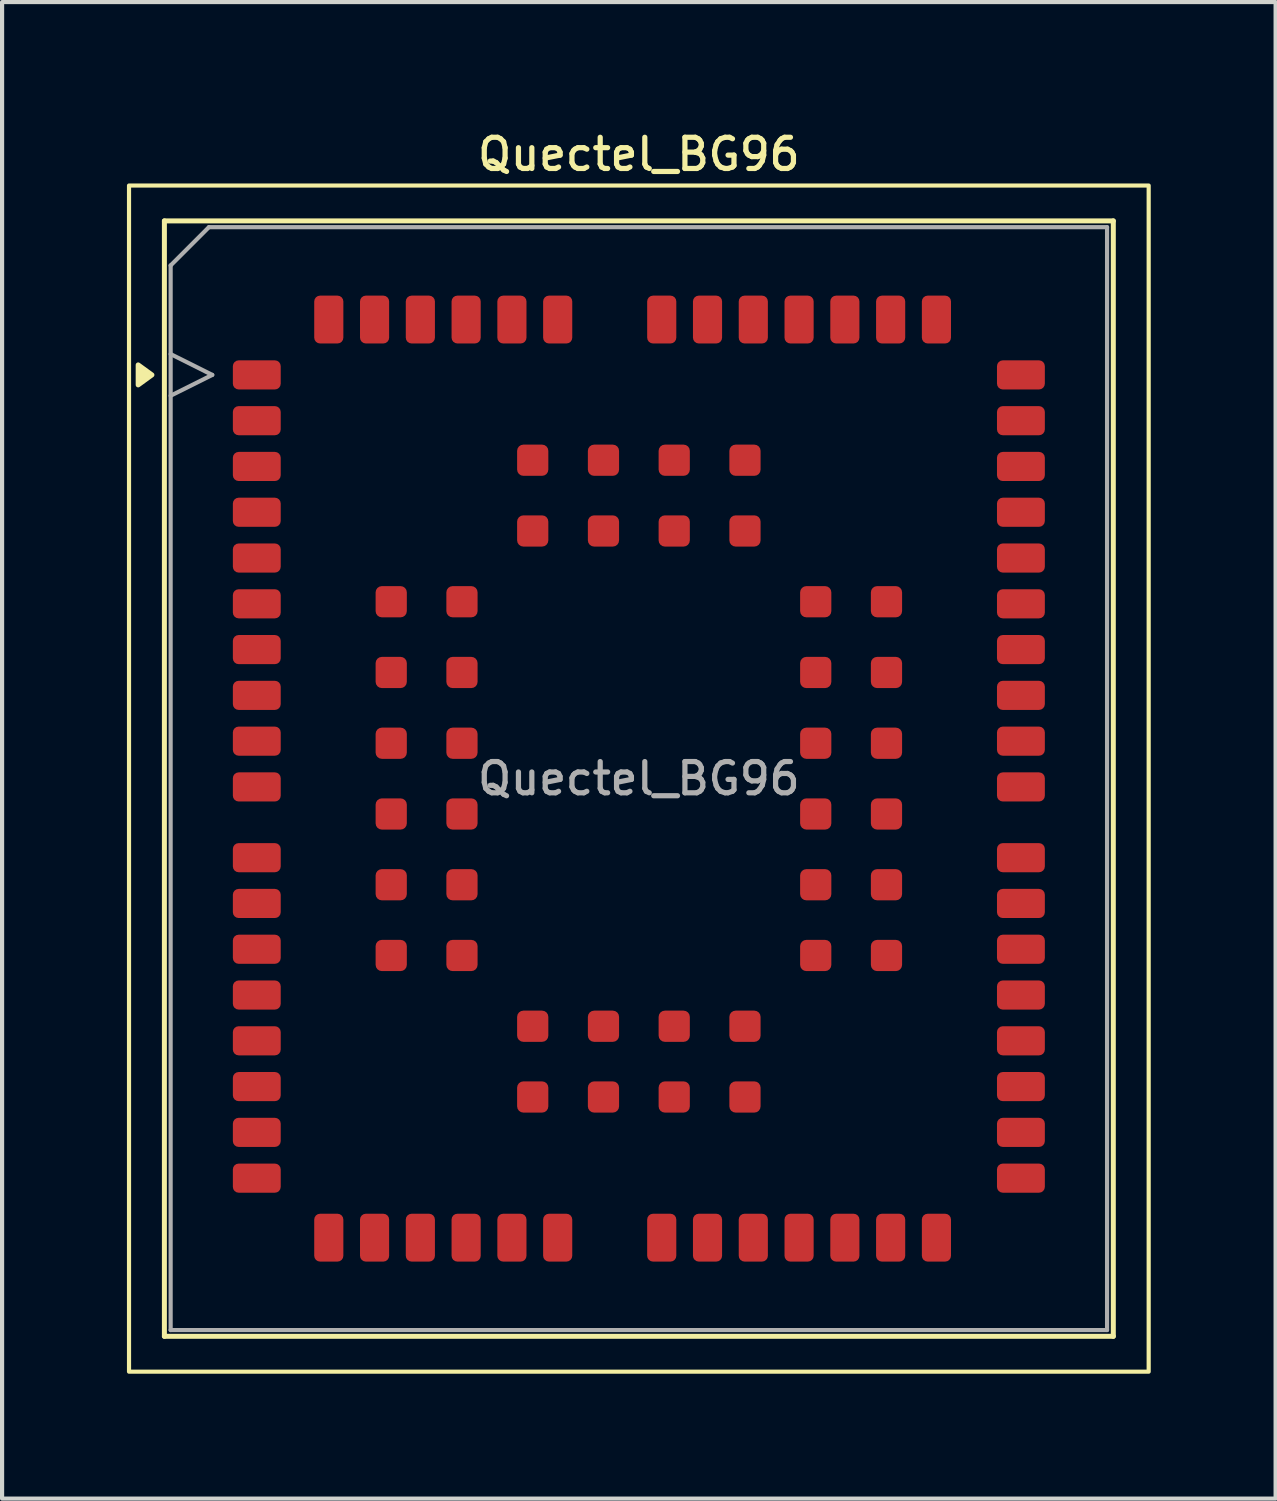
<source format=kicad_pcb>
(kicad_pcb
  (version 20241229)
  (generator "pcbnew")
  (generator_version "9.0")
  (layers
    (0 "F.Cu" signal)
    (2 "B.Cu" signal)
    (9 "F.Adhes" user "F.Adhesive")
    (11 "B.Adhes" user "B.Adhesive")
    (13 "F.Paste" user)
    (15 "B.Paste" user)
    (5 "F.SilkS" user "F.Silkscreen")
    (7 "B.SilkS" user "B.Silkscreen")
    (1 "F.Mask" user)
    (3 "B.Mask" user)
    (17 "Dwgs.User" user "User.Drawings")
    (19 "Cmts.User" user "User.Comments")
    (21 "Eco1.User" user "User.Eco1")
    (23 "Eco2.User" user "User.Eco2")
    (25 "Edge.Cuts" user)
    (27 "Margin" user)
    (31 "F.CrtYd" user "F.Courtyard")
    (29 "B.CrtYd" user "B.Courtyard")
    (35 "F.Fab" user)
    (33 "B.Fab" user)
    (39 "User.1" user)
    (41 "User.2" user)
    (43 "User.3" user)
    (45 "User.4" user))
  (footprint "Quectel_BG96"
    (layer "F.Cu")
    (at 12.3 15.658)
    (property "Reference" "Quectel_BG96" (at 0 -15 0) (layer "F.SilkS") (effects (font (size 0.75 0.75) (thickness 0.125))))
    (attr smd)
    (fp_line (start -11.4 -13.4) (end 11.4 -13.4) (stroke (width 0.12) (type solid)) (layer "F.SilkS"))
    (fp_line (start -11.4 13.4) (end -11.4 -13.4) (stroke (width 0.12) (type solid)) (layer "F.SilkS"))
    (fp_line (start 11.4 -13.4) (end 11.4 13.4) (stroke (width 0.12) (type solid)) (layer "F.SilkS"))
    (fp_line (start 11.4 13.4) (end -11.4 13.4) (stroke (width 0.12) (type solid)) (layer "F.SilkS"))
    (fp_rect (start -12.25 -14.25) (end 12.25 14.25) (stroke (width 0.1) (type solid)) (fill no) (layer "F.SilkS"))
    (fp_poly (pts (xy -11.7 -9.7) (xy -12.03 -9.46) (xy -12.03 -9.94) (xy -11.7 -9.7)) (stroke (width 0.12) (type solid)) (fill yes) (layer "F.SilkS"))
    (fp_line (start -11.25 -12.33) (end -10.33 -13.25) (stroke (width 0.1) (type solid)) (layer "F.Fab"))
    (fp_line (start -11.25 -10.2) (end -10.25 -9.7) (stroke (width 0.1) (type solid)) (layer "F.Fab"))
    (fp_line (start -11.25 13.25) (end -11.25 -12.33) (stroke (width 0.1) (type solid)) (layer "F.Fab"))
    (fp_line (start -10.33 -13.25) (end 11.25 -13.25) (stroke (width 0.1) (type solid)) (layer "F.Fab"))
    (fp_line (start -10.25 -9.7) (end -11.25 -9.2) (stroke (width 0.1) (type solid)) (layer "F.Fab"))
    (fp_line (start 11.25 -13.25) (end 11.25 13.25) (stroke (width 0.1) (type solid)) (layer "F.Fab"))
    (fp_line (start 11.25 13.25) (end -11.25 13.25) (stroke (width 0.1) (type solid)) (layer "F.Fab"))
    (fp_text user "${REFERENCE}" (at 0 0 0) (layer "F.Fab") (effects (font (size 0.75 0.75) (thickness 0.125))))
    (pad "" smd roundrect (at -9.18 -9.7) (size 1.1 0.6) (layers "F.Paste") (roundrect_rratio 0.25))
    (pad "" smd roundrect (at -9.18 -8.6) (size 1.1 0.6) (layers "F.Paste") (roundrect_rratio 0.25))
    (pad "" smd roundrect (at -9.18 -7.5) (size 1.1 0.6) (layers "F.Paste") (roundrect_rratio 0.25))
    (pad "" smd roundrect (at -9.18 -6.4) (size 1.1 0.6) (layers "F.Paste") (roundrect_rratio 0.25))
    (pad "" smd roundrect (at -9.18 -5.3) (size 1.1 0.6) (layers "F.Paste") (roundrect_rratio 0.25))
    (pad "" smd roundrect (at -9.18 -4.2) (size 1.1 0.6) (layers "F.Paste") (roundrect_rratio 0.25))
    (pad "" smd roundrect (at -9.18 -3.1) (size 1.1 0.6) (layers "F.Paste") (roundrect_rratio 0.25))
    (pad "" smd roundrect (at -9.18 -2) (size 1.1 0.6) (layers "F.Paste") (roundrect_rratio 0.25))
    (pad "" smd roundrect (at -9.18 -0.9) (size 1.1 0.6) (layers "F.Paste") (roundrect_rratio 0.25))
    (pad "" smd roundrect (at -9.18 0.2) (size 1.1 0.6) (layers "F.Paste") (roundrect_rratio 0.25))
    (pad "" smd roundrect (at -9.18 1.9) (size 1.1 0.6) (layers "F.Paste") (roundrect_rratio 0.25))
    (pad "" smd roundrect (at -9.18 3) (size 1.1 0.6) (layers "F.Paste") (roundrect_rratio 0.25))
    (pad "" smd roundrect (at -9.18 4.1) (size 1.1 0.6) (layers "F.Paste") (roundrect_rratio 0.25))
    (pad "" smd roundrect (at -9.18 5.2) (size 1.1 0.6) (layers "F.Paste") (roundrect_rratio 0.25))
    (pad "" smd roundrect (at -9.18 6.3) (size 1.1 0.6) (layers "F.Paste") (roundrect_rratio 0.25))
    (pad "" smd roundrect (at -9.18 7.4) (size 1.1 0.6) (layers "F.Paste") (roundrect_rratio 0.25))
    (pad "" smd roundrect (at -9.18 8.5) (size 1.1 0.6) (layers "F.Paste") (roundrect_rratio 0.25))
    (pad "" smd roundrect (at -9.18 9.6) (size 1.1 0.6) (layers "F.Paste") (roundrect_rratio 0.25))
    (pad "" smd roundrect (at -7.45 -11.03 270) (size 1.1 0.6) (layers "F.Paste") (roundrect_rratio 0.25))
    (pad "" smd roundrect (at -7.45 11.03 90) (size 1.1 0.6) (layers "F.Paste") (roundrect_rratio 0.25))
    (pad "" smd roundrect (at -6.35 -11.03 270) (size 1.1 0.6) (layers "F.Paste") (roundrect_rratio 0.25))
    (pad "" smd roundrect (at -6.35 11.03 90) (size 1.1 0.6) (layers "F.Paste") (roundrect_rratio 0.25))
    (pad "" smd circle (at -5.95 -4.25 270) (size 0.95 0.95) (layers "F.Paste"))
    (pad "" smd circle (at -5.95 -2.55 270) (size 0.95 0.95) (layers "F.Paste"))
    (pad "" smd circle (at -5.95 -0.85 270) (size 0.95 0.95) (layers "F.Paste"))
    (pad "" smd circle (at -5.95 0.85 270) (size 0.95 0.95) (layers "F.Paste"))
    (pad "" smd circle (at -5.95 2.55 270) (size 0.95 0.95) (layers "F.Paste"))
    (pad "" smd circle (at -5.95 4.25 270) (size 0.95 0.95) (layers "F.Paste"))
    (pad "" smd roundrect (at -5.25 -11.03 270) (size 1.1 0.6) (layers "F.Paste") (roundrect_rratio 0.25))
    (pad "" smd roundrect (at -5.25 11.03 90) (size 1.1 0.6) (layers "F.Paste") (roundrect_rratio 0.25))
    (pad "" smd circle (at -4.25 -4.25 270) (size 0.95 0.95) (layers "F.Paste"))
    (pad "" smd circle (at -4.25 -2.55 270) (size 0.95 0.95) (layers "F.Paste"))
    (pad "" smd circle (at -4.25 -0.85 270) (size 0.95 0.95) (layers "F.Paste"))
    (pad "" smd circle (at -4.25 0.85 270) (size 0.95 0.95) (layers "F.Paste"))
    (pad "" smd circle (at -4.25 2.55 270) (size 0.95 0.95) (layers "F.Paste"))
    (pad "" smd circle (at -4.25 4.25 270) (size 0.95 0.95) (layers "F.Paste"))
    (pad "" smd roundrect (at -4.15 -11.03 270) (size 1.1 0.6) (layers "F.Paste") (roundrect_rratio 0.25))
    (pad "" smd roundrect (at -4.15 11.03 90) (size 1.1 0.6) (layers "F.Paste") (roundrect_rratio 0.25))
    (pad "" smd roundrect (at -3.05 -11.03 270) (size 1.1 0.6) (layers "F.Paste") (roundrect_rratio 0.25))
    (pad "" smd roundrect (at -3.05 11.03 90) (size 1.1 0.6) (layers "F.Paste") (roundrect_rratio 0.25))
    (pad "" smd circle (at -2.55 -7.65 270) (size 0.95 0.95) (layers "F.Paste"))
    (pad "" smd circle (at -2.55 -5.95 270) (size 0.95 0.95) (layers "F.Paste"))
    (pad "" smd circle (at -2.55 5.95 270) (size 0.95 0.95) (layers "F.Paste"))
    (pad "" smd circle (at -2.55 7.65 270) (size 0.95 0.95) (layers "F.Paste"))
    (pad "" smd roundrect (at -1.95 -11.03 270) (size 1.1 0.6) (layers "F.Paste") (roundrect_rratio 0.25))
    (pad "" smd roundrect (at -1.95 11.03 90) (size 1.1 0.6) (layers "F.Paste") (roundrect_rratio 0.25))
    (pad "" smd circle (at -0.85 -7.65 270) (size 0.95 0.95) (layers "F.Paste"))
    (pad "" smd circle (at -0.85 -5.95 270) (size 0.95 0.95) (layers "F.Paste"))
    (pad "" smd circle (at -0.85 5.95 270) (size 0.95 0.95) (layers "F.Paste"))
    (pad "" smd circle (at -0.85 7.65 270) (size 0.95 0.95) (layers "F.Paste"))
    (pad "" smd roundrect (at 0.55 -11.03 270) (size 1.1 0.6) (layers "F.Paste") (roundrect_rratio 0.25))
    (pad "" smd roundrect (at 0.55 11.03 90) (size 1.1 0.6) (layers "F.Paste") (roundrect_rratio 0.25))
    (pad "" smd circle (at 0.85 -7.65 270) (size 0.95 0.95) (layers "F.Paste"))
    (pad "" smd circle (at 0.85 -5.95 270) (size 0.95 0.95) (layers "F.Paste"))
    (pad "" smd circle (at 0.85 5.95 270) (size 0.95 0.95) (layers "F.Paste"))
    (pad "" smd circle (at 0.85 7.65 270) (size 0.95 0.95) (layers "F.Paste"))
    (pad "" smd roundrect (at 1.65 -11.03 270) (size 1.1 0.6) (layers "F.Paste") (roundrect_rratio 0.25))
    (pad "" smd roundrect (at 1.65 11.03 90) (size 1.1 0.6) (layers "F.Paste") (roundrect_rratio 0.25))
    (pad "" smd circle (at 2.55 -7.65 270) (size 0.95 0.95) (layers "F.Paste"))
    (pad "" smd circle (at 2.55 -5.95 270) (size 0.95 0.95) (layers "F.Paste"))
    (pad "" smd circle (at 2.55 5.95 270) (size 0.95 0.95) (layers "F.Paste"))
    (pad "" smd circle (at 2.55 7.65 270) (size 0.95 0.95) (layers "F.Paste"))
    (pad "" smd roundrect (at 2.75 -11.03 270) (size 1.1 0.6) (layers "F.Paste") (roundrect_rratio 0.25))
    (pad "" smd roundrect (at 2.75 11.03 90) (size 1.1 0.6) (layers "F.Paste") (roundrect_rratio 0.25))
    (pad "" smd roundrect (at 3.85 -11.03 270) (size 1.1 0.6) (layers "F.Paste") (roundrect_rratio 0.25))
    (pad "" smd roundrect (at 3.85 11.03 90) (size 1.1 0.6) (layers "F.Paste") (roundrect_rratio 0.25))
    (pad "" smd circle (at 4.25 -4.25 270) (size 0.95 0.95) (layers "F.Paste"))
    (pad "" smd circle (at 4.25 -2.55 270) (size 0.95 0.95) (layers "F.Paste"))
    (pad "" smd circle (at 4.25 -0.85 270) (size 0.95 0.95) (layers "F.Paste"))
    (pad "" smd circle (at 4.25 0.85 270) (size 0.95 0.95) (layers "F.Paste"))
    (pad "" smd circle (at 4.25 2.55 270) (size 0.95 0.95) (layers "F.Paste"))
    (pad "" smd circle (at 4.25 4.25 270) (size 0.95 0.95) (layers "F.Paste"))
    (pad "" smd roundrect (at 4.95 -11.03 270) (size 1.1 0.6) (layers "F.Paste") (roundrect_rratio 0.25))
    (pad "" smd roundrect (at 4.95 11.03 90) (size 1.1 0.6) (layers "F.Paste") (roundrect_rratio 0.25))
    (pad "" smd circle (at 5.95 -4.25 270) (size 0.95 0.95) (layers "F.Paste"))
    (pad "" smd circle (at 5.95 -2.55 270) (size 0.95 0.95) (layers "F.Paste"))
    (pad "" smd circle (at 5.95 -0.85 270) (size 0.95 0.95) (layers "F.Paste"))
    (pad "" smd circle (at 5.95 0.85 270) (size 0.95 0.95) (layers "F.Paste"))
    (pad "" smd circle (at 5.95 2.55 270) (size 0.95 0.95) (layers "F.Paste"))
    (pad "" smd circle (at 5.95 4.25 270) (size 0.95 0.95) (layers "F.Paste"))
    (pad "" smd roundrect (at 6.05 -11.03 270) (size 1.1 0.6) (layers "F.Paste") (roundrect_rratio 0.25))
    (pad "" smd roundrect (at 6.05 11.03 90) (size 1.1 0.6) (layers "F.Paste") (roundrect_rratio 0.25))
    (pad "" smd roundrect (at 7.15 -11.03 270) (size 1.1 0.6) (layers "F.Paste") (roundrect_rratio 0.25))
    (pad "" smd roundrect (at 7.15 11.03 90) (size 1.1 0.6) (layers "F.Paste") (roundrect_rratio 0.25))
    (pad "" smd roundrect (at 9.18 -9.7 180) (size 1.1 0.6) (layers "F.Paste") (roundrect_rratio 0.25))
    (pad "" smd roundrect (at 9.18 -8.6 180) (size 1.1 0.6) (layers "F.Paste") (roundrect_rratio 0.25))
    (pad "" smd roundrect (at 9.18 -7.5 180) (size 1.1 0.6) (layers "F.Paste") (roundrect_rratio 0.25))
    (pad "" smd roundrect (at 9.18 -6.4 180) (size 1.1 0.6) (layers "F.Paste") (roundrect_rratio 0.25))
    (pad "" smd roundrect (at 9.18 -5.3 180) (size 1.1 0.6) (layers "F.Paste") (roundrect_rratio 0.25))
    (pad "" smd roundrect (at 9.18 -4.2 180) (size 1.1 0.6) (layers "F.Paste") (roundrect_rratio 0.25))
    (pad "" smd roundrect (at 9.18 -3.1 180) (size 1.1 0.6) (layers "F.Paste") (roundrect_rratio 0.25))
    (pad "" smd roundrect (at 9.18 -2 180) (size 1.1 0.6) (layers "F.Paste") (roundrect_rratio 0.25))
    (pad "" smd roundrect (at 9.18 -0.9 180) (size 1.1 0.6) (layers "F.Paste") (roundrect_rratio 0.25))
    (pad "" smd roundrect (at 9.18 0.2 180) (size 1.1 0.6) (layers "F.Paste") (roundrect_rratio 0.25))
    (pad "" smd roundrect (at 9.18 1.9 180) (size 1.1 0.6) (layers "F.Paste") (roundrect_rratio 0.25))
    (pad "" smd roundrect (at 9.18 3 180) (size 1.1 0.6) (layers "F.Paste") (roundrect_rratio 0.25))
    (pad "" smd roundrect (at 9.18 4.1 180) (size 1.1 0.6) (layers "F.Paste") (roundrect_rratio 0.25))
    (pad "" smd roundrect (at 9.18 5.2 180) (size 1.1 0.6) (layers "F.Paste") (roundrect_rratio 0.25))
    (pad "" smd roundrect (at 9.18 6.3 180) (size 1.1 0.6) (layers "F.Paste") (roundrect_rratio 0.25))
    (pad "" smd roundrect (at 9.18 7.4 180) (size 1.1 0.6) (layers "F.Paste") (roundrect_rratio 0.25))
    (pad "" smd roundrect (at 9.18 8.5 180) (size 1.1 0.6) (layers "F.Paste") (roundrect_rratio 0.25))
    (pad "" smd roundrect (at 9.2 9.6 180) (size 1.1 0.6) (layers "F.Paste") (roundrect_rratio 0.25))
    (pad "1" smd roundrect (at -9.18 -9.7) (size 1.15 0.7) (layers "F.Cu" "F.Mask") (roundrect_rratio 0.2))
    (pad "2" smd roundrect (at -9.18 -8.6) (size 1.15 0.7) (layers "F.Cu" "F.Mask") (roundrect_rratio 0.2))
    (pad "3" smd roundrect (at -9.18 -7.5) (size 1.15 0.7) (layers "F.Cu" "F.Mask") (roundrect_rratio 0.2))
    (pad "4" smd roundrect (at -9.18 -6.4) (size 1.15 0.7) (layers "F.Cu" "F.Mask") (roundrect_rratio 0.2))
    (pad "5" smd roundrect (at -9.18 -5.3) (size 1.15 0.7) (layers "F.Cu" "F.Mask") (roundrect_rratio 0.2))
    (pad "6" smd roundrect (at -9.18 -4.2) (size 1.15 0.7) (layers "F.Cu" "F.Mask") (roundrect_rratio 0.2))
    (pad "7" smd roundrect (at -9.18 -3.1) (size 1.15 0.7) (layers "F.Cu" "F.Mask") (roundrect_rratio 0.2))
    (pad "8" smd roundrect (at -9.18 -2) (size 1.15 0.7) (layers "F.Cu" "F.Mask") (roundrect_rratio 0.2))
    (pad "9" smd roundrect (at -9.18 -0.9) (size 1.15 0.7) (layers "F.Cu" "F.Mask") (roundrect_rratio 0.2))
    (pad "10" smd roundrect (at -9.18 0.2) (size 1.15 0.7) (layers "F.Cu" "F.Mask") (roundrect_rratio 0.2))
    (pad "11" smd roundrect (at -9.18 1.9) (size 1.15 0.7) (layers "F.Cu" "F.Mask") (roundrect_rratio 0.2))
    (pad "12" smd roundrect (at -9.18 3) (size 1.15 0.7) (layers "F.Cu" "F.Mask") (roundrect_rratio 0.2))
    (pad "13" smd roundrect (at -9.18 4.1) (size 1.15 0.7) (layers "F.Cu" "F.Mask") (roundrect_rratio 0.2))
    (pad "14" smd roundrect (at -9.18 5.2) (size 1.15 0.7) (layers "F.Cu" "F.Mask") (roundrect_rratio 0.2))
    (pad "15" smd roundrect (at -9.18 6.3) (size 1.15 0.7) (layers "F.Cu" "F.Mask") (roundrect_rratio 0.2))
    (pad "16" smd roundrect (at -9.18 7.4) (size 1.15 0.7) (layers "F.Cu" "F.Mask") (roundrect_rratio 0.2))
    (pad "17" smd roundrect (at -9.18 8.5) (size 1.15 0.7) (layers "F.Cu" "F.Mask") (roundrect_rratio 0.2))
    (pad "18" smd roundrect (at -9.18 9.6) (size 1.15 0.7) (layers "F.Cu" "F.Mask") (roundrect_rratio 0.2))
    (pad "19" smd roundrect (at -7.45 11.03) (size 0.7 1.15) (layers "F.Cu" "F.Mask") (roundrect_rratio 0.2))
    (pad "20" smd roundrect (at -6.35 11.03) (size 0.7 1.15) (layers "F.Cu" "F.Mask") (roundrect_rratio 0.2))
    (pad "21" smd roundrect (at -5.25 11.03) (size 0.7 1.15) (layers "F.Cu" "F.Mask") (roundrect_rratio 0.2))
    (pad "22" smd roundrect (at -4.15 11.03) (size 0.7 1.15) (layers "F.Cu" "F.Mask") (roundrect_rratio 0.2))
    (pad "23" smd roundrect (at -3.05 11.03) (size 0.7 1.15) (layers "F.Cu" "F.Mask") (roundrect_rratio 0.2))
    (pad "24" smd roundrect (at -1.95 11.03) (size 0.7 1.15) (layers "F.Cu" "F.Mask") (roundrect_rratio 0.2))
    (pad "25" smd roundrect (at 0.55 11.03) (size 0.7 1.15) (layers "F.Cu" "F.Mask") (roundrect_rratio 0.2))
    (pad "26" smd roundrect (at 1.65 11.03) (size 0.7 1.15) (layers "F.Cu" "F.Mask") (roundrect_rratio 0.2))
    (pad "27" smd roundrect (at 2.75 11.03) (size 0.7 1.15) (layers "F.Cu" "F.Mask") (roundrect_rratio 0.2))
    (pad "28" smd roundrect (at 3.85 11.03) (size 0.7 1.15) (layers "F.Cu" "F.Mask") (roundrect_rratio 0.2))
    (pad "29" smd roundrect (at 4.95 11.03) (size 0.7 1.15) (layers "F.Cu" "F.Mask") (roundrect_rratio 0.2))
    (pad "30" smd roundrect (at 6.05 11.03) (size 0.7 1.15) (layers "F.Cu" "F.Mask") (roundrect_rratio 0.2))
    (pad "31" smd roundrect (at 7.15 11.03) (size 0.7 1.15) (layers "F.Cu" "F.Mask") (roundrect_rratio 0.2))
    (pad "32" smd roundrect (at 9.18 9.6) (size 1.15 0.7) (layers "F.Cu" "F.Mask") (roundrect_rratio 0.2))
    (pad "33" smd roundrect (at 9.18 8.5) (size 1.15 0.7) (layers "F.Cu" "F.Mask") (roundrect_rratio 0.2))
    (pad "34" smd roundrect (at 9.18 7.4) (size 1.15 0.7) (layers "F.Cu" "F.Mask") (roundrect_rratio 0.2))
    (pad "35" smd roundrect (at 9.18 6.3) (size 1.15 0.7) (layers "F.Cu" "F.Mask") (roundrect_rratio 0.2))
    (pad "36" smd roundrect (at 9.18 5.2) (size 1.15 0.7) (layers "F.Cu" "F.Mask") (roundrect_rratio 0.2))
    (pad "37" smd roundrect (at 9.18 4.1) (size 1.15 0.7) (layers "F.Cu" "F.Mask") (roundrect_rratio 0.2))
    (pad "38" smd roundrect (at 9.18 3) (size 1.15 0.7) (layers "F.Cu" "F.Mask") (roundrect_rratio 0.2))
    (pad "39" smd roundrect (at 9.18 1.9) (size 1.15 0.7) (layers "F.Cu" "F.Mask") (roundrect_rratio 0.2))
    (pad "40" smd roundrect (at 9.18 0.2) (size 1.15 0.7) (layers "F.Cu" "F.Mask") (roundrect_rratio 0.2))
    (pad "41" smd roundrect (at 9.18 -0.9) (size 1.15 0.7) (layers "F.Cu" "F.Mask") (roundrect_rratio 0.2))
    (pad "42" smd roundrect (at 9.18 -2) (size 1.15 0.7) (layers "F.Cu" "F.Mask") (roundrect_rratio 0.2))
    (pad "43" smd roundrect (at 9.18 -3.1) (size 1.15 0.7) (layers "F.Cu" "F.Mask") (roundrect_rratio 0.2))
    (pad "44" smd roundrect (at 9.18 -4.2) (size 1.15 0.7) (layers "F.Cu" "F.Mask") (roundrect_rratio 0.2))
    (pad "45" smd roundrect (at 9.18 -5.3) (size 1.15 0.7) (layers "F.Cu" "F.Mask") (roundrect_rratio 0.2))
    (pad "46" smd roundrect (at 9.18 -6.4) (size 1.15 0.7) (layers "F.Cu" "F.Mask") (roundrect_rratio 0.2))
    (pad "47" smd roundrect (at 9.18 -7.5) (size 1.15 0.7) (layers "F.Cu" "F.Mask") (roundrect_rratio 0.2))
    (pad "48" smd roundrect (at 9.18 -8.6) (size 1.15 0.7) (layers "F.Cu" "F.Mask") (roundrect_rratio 0.2))
    (pad "49" smd roundrect (at 9.18 -9.7) (size 1.15 0.7) (layers "F.Cu" "F.Mask") (roundrect_rratio 0.2))
    (pad "50" smd roundrect (at 7.15 -11.03) (size 0.7 1.15) (layers "F.Cu" "F.Mask") (roundrect_rratio 0.2))
    (pad "51" smd roundrect (at 6.05 -11.03) (size 0.7 1.15) (layers "F.Cu" "F.Mask") (roundrect_rratio 0.2))
    (pad "52" smd roundrect (at 4.95 -11.03) (size 0.7 1.15) (layers "F.Cu" "F.Mask") (roundrect_rratio 0.2))
    (pad "53" smd roundrect (at 3.85 -11.03) (size 0.7 1.15) (layers "F.Cu" "F.Mask") (roundrect_rratio 0.2))
    (pad "54" smd roundrect (at 2.75 -11.03) (size 0.7 1.15) (layers "F.Cu" "F.Mask") (roundrect_rratio 0.2))
    (pad "55" smd roundrect (at 1.65 -11.03) (size 0.7 1.15) (layers "F.Cu" "F.Mask") (roundrect_rratio 0.2))
    (pad "56" smd roundrect (at 0.55 -11.03) (size 0.7 1.15) (layers "F.Cu" "F.Mask") (roundrect_rratio 0.2))
    (pad "57" smd roundrect (at -1.95 -11.03) (size 0.7 1.15) (layers "F.Cu" "F.Mask") (roundrect_rratio 0.2))
    (pad "58" smd roundrect (at -3.05 -11.03) (size 0.7 1.15) (layers "F.Cu" "F.Mask") (roundrect_rratio 0.2))
    (pad "59" smd roundrect (at -4.15 -11.03) (size 0.7 1.15) (layers "F.Cu" "F.Mask") (roundrect_rratio 0.2))
    (pad "60" smd roundrect (at -5.25 -11.03) (size 0.7 1.15) (layers "F.Cu" "F.Mask") (roundrect_rratio 0.2))
    (pad "61" smd roundrect (at -6.35 -11.03) (size 0.7 1.15) (layers "F.Cu" "F.Mask") (roundrect_rratio 0.2))
    (pad "62" smd roundrect (at -7.45 -11.03) (size 0.7 1.15) (layers "F.Cu" "F.Mask") (roundrect_rratio 0.2))
    (pad "63" smd roundrect (at -5.95 -4.25) (size 0.75 0.75) (layers "F.Cu" "F.Mask") (roundrect_rratio 0.2))
    (pad "64" smd roundrect (at -5.95 -2.55) (size 0.75 0.75) (layers "F.Cu" "F.Mask") (roundrect_rratio 0.2))
    (pad "65" smd roundrect (at -5.95 -0.85) (size 0.75 0.75) (layers "F.Cu" "F.Mask") (roundrect_rratio 0.2))
    (pad "66" smd roundrect (at -5.95 0.85) (size 0.75 0.75) (layers "F.Cu" "F.Mask") (roundrect_rratio 0.2))
    (pad "67" smd roundrect (at -5.95 2.55) (size 0.75 0.75) (layers "F.Cu" "F.Mask") (roundrect_rratio 0.2))
    (pad "68" smd roundrect (at -5.95 4.25) (size 0.75 0.75) (layers "F.Cu" "F.Mask") (roundrect_rratio 0.2))
    (pad "69" smd roundrect (at -2.55 7.65 90) (size 0.75 0.75) (layers "F.Cu" "F.Mask") (roundrect_rratio 0.2))
    (pad "70" smd roundrect (at -0.85 7.65 90) (size 0.75 0.75) (layers "F.Cu" "F.Mask") (roundrect_rratio 0.2))
    (pad "71" smd roundrect (at 0.85 7.65 90) (size 0.75 0.75) (layers "F.Cu" "F.Mask") (roundrect_rratio 0.2))
    (pad "72" smd roundrect (at 2.55 7.65 90) (size 0.75 0.75) (layers "F.Cu" "F.Mask") (roundrect_rratio 0.2))
    (pad "73" smd roundrect (at 5.95 4.25) (size 0.75 0.75) (layers "F.Cu" "F.Mask") (roundrect_rratio 0.2))
    (pad "74" smd roundrect (at 5.95 2.55) (size 0.75 0.75) (layers "F.Cu" "F.Mask") (roundrect_rratio 0.2))
    (pad "75" smd roundrect (at 5.95 0.85) (size 0.75 0.75) (layers "F.Cu" "F.Mask") (roundrect_rratio 0.2))
    (pad "76" smd roundrect (at 5.95 -0.85) (size 0.75 0.75) (layers "F.Cu" "F.Mask") (roundrect_rratio 0.2))
    (pad "77" smd roundrect (at 5.95 -2.55) (size 0.75 0.75) (layers "F.Cu" "F.Mask") (roundrect_rratio 0.2))
    (pad "78" smd roundrect (at 5.95 -4.25) (size 0.75 0.75) (layers "F.Cu" "F.Mask") (roundrect_rratio 0.2))
    (pad "79" smd roundrect (at 2.55 -7.65 90) (size 0.75 0.75) (layers "F.Cu" "F.Mask") (roundrect_rratio 0.2))
    (pad "80" smd roundrect (at 0.85 -7.65 90) (size 0.75 0.75) (layers "F.Cu" "F.Mask") (roundrect_rratio 0.2))
    (pad "81" smd roundrect (at -0.85 -7.65 90) (size 0.75 0.75) (layers "F.Cu" "F.Mask") (roundrect_rratio 0.2))
    (pad "82" smd roundrect (at -2.55 -7.65 90) (size 0.75 0.75) (layers "F.Cu" "F.Mask") (roundrect_rratio 0.2))
    (pad "83" smd roundrect (at -4.25 -4.25) (size 0.75 0.75) (layers "F.Cu" "F.Mask") (roundrect_rratio 0.2))
    (pad "84" smd roundrect (at -4.25 -2.55) (size 0.75 0.75) (layers "F.Cu" "F.Mask") (roundrect_rratio 0.2))
    (pad "85" smd roundrect (at -4.25 -0.85) (size 0.75 0.75) (layers "F.Cu" "F.Mask") (roundrect_rratio 0.2))
    (pad "86" smd roundrect (at -4.25 0.85) (size 0.75 0.75) (layers "F.Cu" "F.Mask") (roundrect_rratio 0.2))
    (pad "87" smd roundrect (at -4.25 2.55) (size 0.75 0.75) (layers "F.Cu" "F.Mask") (roundrect_rratio 0.2))
    (pad "88" smd roundrect (at -4.25 4.25) (size 0.75 0.75) (layers "F.Cu" "F.Mask") (roundrect_rratio 0.2))
    (pad "89" smd roundrect (at -2.55 5.95 90) (size 0.75 0.75) (layers "F.Cu" "F.Mask") (roundrect_rratio 0.2))
    (pad "90" smd roundrect (at -0.85 5.95 90) (size 0.75 0.75) (layers "F.Cu" "F.Mask") (roundrect_rratio 0.2))
    (pad "91" smd roundrect (at 0.85 5.95 90) (size 0.75 0.75) (layers "F.Cu" "F.Mask") (roundrect_rratio 0.2))
    (pad "92" smd roundrect (at 2.55 5.95 90) (size 0.75 0.75) (layers "F.Cu" "F.Mask") (roundrect_rratio 0.2))
    (pad "93" smd roundrect (at 4.25 4.25) (size 0.75 0.75) (layers "F.Cu" "F.Mask") (roundrect_rratio 0.2))
    (pad "94" smd roundrect (at 4.25 2.55) (size 0.75 0.75) (layers "F.Cu" "F.Mask") (roundrect_rratio 0.2))
    (pad "95" smd roundrect (at 4.25 0.85) (size 0.75 0.75) (layers "F.Cu" "F.Mask") (roundrect_rratio 0.2))
    (pad "96" smd roundrect (at 4.25 -0.85) (size 0.75 0.75) (layers "F.Cu" "F.Mask") (roundrect_rratio 0.2))
    (pad "97" smd roundrect (at 4.25 -2.55) (size 0.75 0.75) (layers "F.Cu" "F.Mask") (roundrect_rratio 0.2))
    (pad "98" smd roundrect (at 4.25 -4.25) (size 0.75 0.75) (layers "F.Cu" "F.Mask") (roundrect_rratio 0.2))
    (pad "99" smd roundrect (at 2.55 -5.95 90) (size 0.75 0.75) (layers "F.Cu" "F.Mask") (roundrect_rratio 0.2))
    (pad "100" smd roundrect (at 0.85 -5.95 90) (size 0.75 0.75) (layers "F.Cu" "F.Mask") (roundrect_rratio 0.2))
    (pad "101" smd roundrect (at -0.85 -5.95 90) (size 0.75 0.75) (layers "F.Cu" "F.Mask") (roundrect_rratio 0.2))
    (pad "102" smd roundrect (at -2.55 -5.95 90) (size 0.75 0.75) (layers "F.Cu" "F.Mask") (roundrect_rratio 0.2)))
  (gr_rect
    (start -3 -3)
    (end 27.6 32.958)
    (stroke (width 0.1) (type default))
    (fill no)
    (layer "Edge.Cuts")))
</source>
